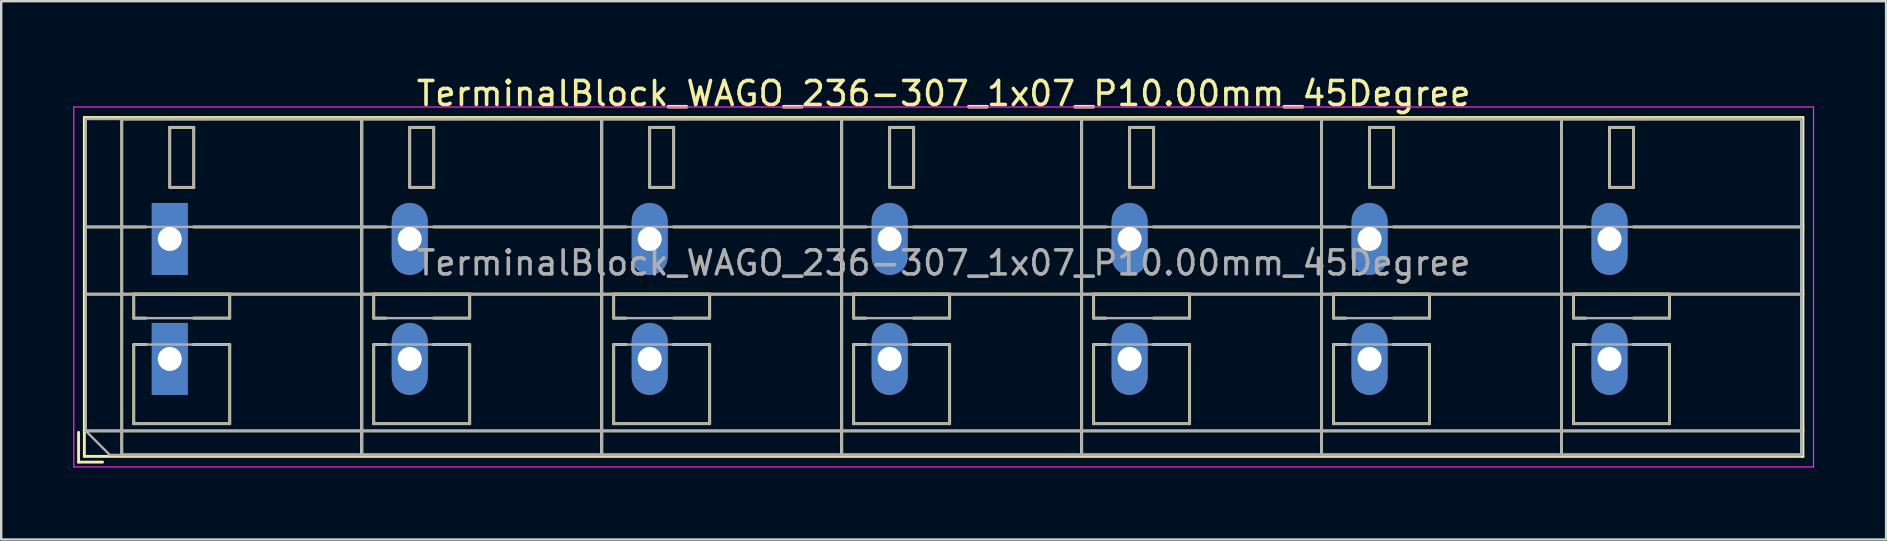
<source format=kicad_pcb>
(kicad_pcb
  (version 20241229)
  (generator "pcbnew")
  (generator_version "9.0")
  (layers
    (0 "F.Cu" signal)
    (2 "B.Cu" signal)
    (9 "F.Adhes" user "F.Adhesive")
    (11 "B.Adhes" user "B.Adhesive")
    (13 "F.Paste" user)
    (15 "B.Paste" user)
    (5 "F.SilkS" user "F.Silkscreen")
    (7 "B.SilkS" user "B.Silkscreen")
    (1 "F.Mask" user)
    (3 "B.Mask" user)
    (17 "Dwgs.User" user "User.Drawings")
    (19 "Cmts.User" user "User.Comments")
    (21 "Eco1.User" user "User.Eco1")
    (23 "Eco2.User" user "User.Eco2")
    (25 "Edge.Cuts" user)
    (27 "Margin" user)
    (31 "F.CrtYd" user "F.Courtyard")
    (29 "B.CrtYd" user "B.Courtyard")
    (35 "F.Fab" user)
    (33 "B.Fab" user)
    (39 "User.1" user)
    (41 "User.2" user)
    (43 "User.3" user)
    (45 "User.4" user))
  (footprint "TerminalBlock_WAGO_236-307_1x07_P10.00mm_45Degree"
    (layer "F.Cu")
    (at 4.025 11.908)
    (property "Reference" "TerminalBlock_WAGO_236-307_1x07_P10.00mm_45Degree" (at 32.25 -11.06 0) (layer "F.SilkS") (effects (font (size 1 1) (thickness 0.15))))
    (attr through_hole)
    (fp_line (start -3.8 3.06) (end -3.8 4.3) (stroke (width 0.12) (type solid)) (layer "F.SilkS"))
    (fp_line (start -3.8 4.3) (end -2.8 4.3) (stroke (width 0.12) (type solid)) (layer "F.SilkS"))
    (fp_line (start -3.56 -10.06) (end -3.56 4.06) (stroke (width 0.12) (type solid)) (layer "F.SilkS"))
    (fp_line (start -3.56 -10.06) (end 68.06 -10.06) (stroke (width 0.12) (type solid)) (layer "F.SilkS"))
    (fp_line (start -3.56 -5.5) (end -0.99 -5.5) (stroke (width 0.12) (type solid)) (layer "F.SilkS"))
    (fp_line (start -3.56 -2.7) (end 68.06 -2.7) (stroke (width 0.12) (type solid)) (layer "F.SilkS"))
    (fp_line (start -3.56 3) (end 68.06 3) (stroke (width 0.12) (type solid)) (layer "F.SilkS"))
    (fp_line (start -3.56 4.06) (end 68.06 4.06) (stroke (width 0.12) (type solid)) (layer "F.SilkS"))
    (fp_line (start -2 -10) (end -2 4) (stroke (width 0.12) (type solid)) (layer "F.SilkS"))
    (fp_line (start -2 -10) (end 8 -10) (stroke (width 0.12) (type solid)) (layer "F.SilkS"))
    (fp_line (start -2 4) (end 8 4) (stroke (width 0.12) (type solid)) (layer "F.SilkS"))
    (fp_line (start -1.5 -2.7) (end -1.5 -1.701) (stroke (width 0.12) (type solid)) (layer "F.SilkS"))
    (fp_line (start -1.5 -2.7) (end 2.5 -2.7) (stroke (width 0.12) (type solid)) (layer "F.SilkS"))
    (fp_line (start -1.5 -1.701) (end -0.99 -1.701) (stroke (width 0.12) (type solid)) (layer "F.SilkS"))
    (fp_line (start -1.5 -0.6) (end -1.5 2.7) (stroke (width 0.12) (type solid)) (layer "F.SilkS"))
    (fp_line (start -1.5 -0.6) (end -0.99 -0.6) (stroke (width 0.12) (type solid)) (layer "F.SilkS"))
    (fp_line (start -1.5 2.7) (end 2.5 2.7) (stroke (width 0.12) (type solid)) (layer "F.SilkS"))
    (fp_line (start 0 -9.65) (end 0 -7.15) (stroke (width 0.12) (type solid)) (layer "F.SilkS"))
    (fp_line (start 0 -9.65) (end 1 -9.65) (stroke (width 0.12) (type solid)) (layer "F.SilkS"))
    (fp_line (start 0 -7.15) (end 1 -7.15) (stroke (width 0.12) (type solid)) (layer "F.SilkS"))
    (fp_line (start 0.99 -5.5) (end 9.01 -5.5) (stroke (width 0.12) (type solid)) (layer "F.SilkS"))
    (fp_line (start 0.99 -1.701) (end 2.5 -1.701) (stroke (width 0.12) (type solid)) (layer "F.SilkS"))
    (fp_line (start 0.99 -0.6) (end 2.5 -0.6) (stroke (width 0.12) (type solid)) (layer "F.SilkS"))
    (fp_line (start 1 -9.65) (end 1 -7.15) (stroke (width 0.12) (type solid)) (layer "F.SilkS"))
    (fp_line (start 2.5 -2.7) (end 2.5 -1.701) (stroke (width 0.12) (type solid)) (layer "F.SilkS"))
    (fp_line (start 2.5 -0.6) (end 2.5 2.7) (stroke (width 0.12) (type solid)) (layer "F.SilkS"))
    (fp_line (start 8 -10) (end 8 4) (stroke (width 0.12) (type solid)) (layer "F.SilkS"))
    (fp_line (start 8 -10) (end 8 4) (stroke (width 0.12) (type solid)) (layer "F.SilkS"))
    (fp_line (start 8 -10) (end 18 -10) (stroke (width 0.12) (type solid)) (layer "F.SilkS"))
    (fp_line (start 8 4) (end 18 4) (stroke (width 0.12) (type solid)) (layer "F.SilkS"))
    (fp_line (start 8.5 -2.7) (end 8.5 -1.701) (stroke (width 0.12) (type solid)) (layer "F.SilkS"))
    (fp_line (start 8.5 -2.7) (end 12.5 -2.7) (stroke (width 0.12) (type solid)) (layer "F.SilkS"))
    (fp_line (start 8.5 -1.701) (end 9.01 -1.701) (stroke (width 0.12) (type solid)) (layer "F.SilkS"))
    (fp_line (start 8.5 -0.6) (end 8.5 2.7) (stroke (width 0.12) (type solid)) (layer "F.SilkS"))
    (fp_line (start 8.5 -0.6) (end 9.01 -0.6) (stroke (width 0.12) (type solid)) (layer "F.SilkS"))
    (fp_line (start 8.5 2.7) (end 12.5 2.7) (stroke (width 0.12) (type solid)) (layer "F.SilkS"))
    (fp_line (start 10 -9.65) (end 10 -7.15) (stroke (width 0.12) (type solid)) (layer "F.SilkS"))
    (fp_line (start 10 -9.65) (end 11 -9.65) (stroke (width 0.12) (type solid)) (layer "F.SilkS"))
    (fp_line (start 10 -7.15) (end 11 -7.15) (stroke (width 0.12) (type solid)) (layer "F.SilkS"))
    (fp_line (start 10.99 -5.5) (end 19.01 -5.5) (stroke (width 0.12) (type solid)) (layer "F.SilkS"))
    (fp_line (start 10.99 -1.701) (end 12.5 -1.701) (stroke (width 0.12) (type solid)) (layer "F.SilkS"))
    (fp_line (start 10.99 -0.6) (end 12.5 -0.6) (stroke (width 0.12) (type solid)) (layer "F.SilkS"))
    (fp_line (start 11 -9.65) (end 11 -7.15) (stroke (width 0.12) (type solid)) (layer "F.SilkS"))
    (fp_line (start 12.5 -2.7) (end 12.5 -1.701) (stroke (width 0.12) (type solid)) (layer "F.SilkS"))
    (fp_line (start 12.5 -0.6) (end 12.5 2.7) (stroke (width 0.12) (type solid)) (layer "F.SilkS"))
    (fp_line (start 18 -10) (end 18 4) (stroke (width 0.12) (type solid)) (layer "F.SilkS"))
    (fp_line (start 18 -10) (end 18 4) (stroke (width 0.12) (type solid)) (layer "F.SilkS"))
    (fp_line (start 18 -10) (end 28 -10) (stroke (width 0.12) (type solid)) (layer "F.SilkS"))
    (fp_line (start 18 4) (end 28 4) (stroke (width 0.12) (type solid)) (layer "F.SilkS"))
    (fp_line (start 18.5 -2.7) (end 18.5 -1.701) (stroke (width 0.12) (type solid)) (layer "F.SilkS"))
    (fp_line (start 18.5 -2.7) (end 22.5 -2.7) (stroke (width 0.12) (type solid)) (layer "F.SilkS"))
    (fp_line (start 18.5 -1.701) (end 19.01 -1.701) (stroke (width 0.12) (type solid)) (layer "F.SilkS"))
    (fp_line (start 18.5 -0.6) (end 18.5 2.7) (stroke (width 0.12) (type solid)) (layer "F.SilkS"))
    (fp_line (start 18.5 -0.6) (end 19.01 -0.6) (stroke (width 0.12) (type solid)) (layer "F.SilkS"))
    (fp_line (start 18.5 2.7) (end 22.5 2.7) (stroke (width 0.12) (type solid)) (layer "F.SilkS"))
    (fp_line (start 20 -9.65) (end 20 -7.15) (stroke (width 0.12) (type solid)) (layer "F.SilkS"))
    (fp_line (start 20 -9.65) (end 21 -9.65) (stroke (width 0.12) (type solid)) (layer "F.SilkS"))
    (fp_line (start 20 -7.15) (end 21 -7.15) (stroke (width 0.12) (type solid)) (layer "F.SilkS"))
    (fp_line (start 20.99 -5.5) (end 29.01 -5.5) (stroke (width 0.12) (type solid)) (layer "F.SilkS"))
    (fp_line (start 20.99 -1.701) (end 22.5 -1.701) (stroke (width 0.12) (type solid)) (layer "F.SilkS"))
    (fp_line (start 20.99 -0.6) (end 22.5 -0.6) (stroke (width 0.12) (type solid)) (layer "F.SilkS"))
    (fp_line (start 21 -9.65) (end 21 -7.15) (stroke (width 0.12) (type solid)) (layer "F.SilkS"))
    (fp_line (start 22.5 -2.7) (end 22.5 -1.701) (stroke (width 0.12) (type solid)) (layer "F.SilkS"))
    (fp_line (start 22.5 -0.6) (end 22.5 2.7) (stroke (width 0.12) (type solid)) (layer "F.SilkS"))
    (fp_line (start 28 -10) (end 28 4) (stroke (width 0.12) (type solid)) (layer "F.SilkS"))
    (fp_line (start 28 -10) (end 28 4) (stroke (width 0.12) (type solid)) (layer "F.SilkS"))
    (fp_line (start 28 -10) (end 38 -10) (stroke (width 0.12) (type solid)) (layer "F.SilkS"))
    (fp_line (start 28 4) (end 38 4) (stroke (width 0.12) (type solid)) (layer "F.SilkS"))
    (fp_line (start 28.5 -2.7) (end 28.5 -1.701) (stroke (width 0.12) (type solid)) (layer "F.SilkS"))
    (fp_line (start 28.5 -2.7) (end 32.5 -2.7) (stroke (width 0.12) (type solid)) (layer "F.SilkS"))
    (fp_line (start 28.5 -1.701) (end 29.01 -1.701) (stroke (width 0.12) (type solid)) (layer "F.SilkS"))
    (fp_line (start 28.5 -0.6) (end 28.5 2.7) (stroke (width 0.12) (type solid)) (layer "F.SilkS"))
    (fp_line (start 28.5 -0.6) (end 29.01 -0.6) (stroke (width 0.12) (type solid)) (layer "F.SilkS"))
    (fp_line (start 28.5 2.7) (end 32.5 2.7) (stroke (width 0.12) (type solid)) (layer "F.SilkS"))
    (fp_line (start 30 -9.65) (end 30 -7.15) (stroke (width 0.12) (type solid)) (layer "F.SilkS"))
    (fp_line (start 30 -9.65) (end 31 -9.65) (stroke (width 0.12) (type solid)) (layer "F.SilkS"))
    (fp_line (start 30 -7.15) (end 31 -7.15) (stroke (width 0.12) (type solid)) (layer "F.SilkS"))
    (fp_line (start 30.99 -5.5) (end 39.01 -5.5) (stroke (width 0.12) (type solid)) (layer "F.SilkS"))
    (fp_line (start 30.99 -1.701) (end 32.5 -1.701) (stroke (width 0.12) (type solid)) (layer "F.SilkS"))
    (fp_line (start 30.99 -0.6) (end 32.5 -0.6) (stroke (width 0.12) (type solid)) (layer "F.SilkS"))
    (fp_line (start 31 -9.65) (end 31 -7.15) (stroke (width 0.12) (type solid)) (layer "F.SilkS"))
    (fp_line (start 32.5 -2.7) (end 32.5 -1.701) (stroke (width 0.12) (type solid)) (layer "F.SilkS"))
    (fp_line (start 32.5 -0.6) (end 32.5 2.7) (stroke (width 0.12) (type solid)) (layer "F.SilkS"))
    (fp_line (start 38 -10) (end 38 4) (stroke (width 0.12) (type solid)) (layer "F.SilkS"))
    (fp_line (start 38 -10) (end 38 4) (stroke (width 0.12) (type solid)) (layer "F.SilkS"))
    (fp_line (start 38 -10) (end 48 -10) (stroke (width 0.12) (type solid)) (layer "F.SilkS"))
    (fp_line (start 38 4) (end 48 4) (stroke (width 0.12) (type solid)) (layer "F.SilkS"))
    (fp_line (start 38.5 -2.7) (end 38.5 -1.701) (stroke (width 0.12) (type solid)) (layer "F.SilkS"))
    (fp_line (start 38.5 -2.7) (end 42.5 -2.7) (stroke (width 0.12) (type solid)) (layer "F.SilkS"))
    (fp_line (start 38.5 -1.701) (end 39.01 -1.701) (stroke (width 0.12) (type solid)) (layer "F.SilkS"))
    (fp_line (start 38.5 -0.6) (end 38.5 2.7) (stroke (width 0.12) (type solid)) (layer "F.SilkS"))
    (fp_line (start 38.5 -0.6) (end 39.01 -0.6) (stroke (width 0.12) (type solid)) (layer "F.SilkS"))
    (fp_line (start 38.5 2.7) (end 42.5 2.7) (stroke (width 0.12) (type solid)) (layer "F.SilkS"))
    (fp_line (start 40 -9.65) (end 40 -7.15) (stroke (width 0.12) (type solid)) (layer "F.SilkS"))
    (fp_line (start 40 -9.65) (end 41 -9.65) (stroke (width 0.12) (type solid)) (layer "F.SilkS"))
    (fp_line (start 40 -7.15) (end 41 -7.15) (stroke (width 0.12) (type solid)) (layer "F.SilkS"))
    (fp_line (start 40.99 -5.5) (end 49.01 -5.5) (stroke (width 0.12) (type solid)) (layer "F.SilkS"))
    (fp_line (start 40.99 -1.701) (end 42.5 -1.701) (stroke (width 0.12) (type solid)) (layer "F.SilkS"))
    (fp_line (start 40.99 -0.6) (end 42.5 -0.6) (stroke (width 0.12) (type solid)) (layer "F.SilkS"))
    (fp_line (start 41 -9.65) (end 41 -7.15) (stroke (width 0.12) (type solid)) (layer "F.SilkS"))
    (fp_line (start 42.5 -2.7) (end 42.5 -1.701) (stroke (width 0.12) (type solid)) (layer "F.SilkS"))
    (fp_line (start 42.5 -0.6) (end 42.5 2.7) (stroke (width 0.12) (type solid)) (layer "F.SilkS"))
    (fp_line (start 48 -10) (end 48 4) (stroke (width 0.12) (type solid)) (layer "F.SilkS"))
    (fp_line (start 48 -10) (end 48 4) (stroke (width 0.12) (type solid)) (layer "F.SilkS"))
    (fp_line (start 48 -10) (end 58 -10) (stroke (width 0.12) (type solid)) (layer "F.SilkS"))
    (fp_line (start 48 4) (end 58 4) (stroke (width 0.12) (type solid)) (layer "F.SilkS"))
    (fp_line (start 48.5 -2.7) (end 48.5 -1.701) (stroke (width 0.12) (type solid)) (layer "F.SilkS"))
    (fp_line (start 48.5 -2.7) (end 52.5 -2.7) (stroke (width 0.12) (type solid)) (layer "F.SilkS"))
    (fp_line (start 48.5 -1.701) (end 49.01 -1.701) (stroke (width 0.12) (type solid)) (layer "F.SilkS"))
    (fp_line (start 48.5 -0.6) (end 48.5 2.7) (stroke (width 0.12) (type solid)) (layer "F.SilkS"))
    (fp_line (start 48.5 -0.6) (end 49.01 -0.6) (stroke (width 0.12) (type solid)) (layer "F.SilkS"))
    (fp_line (start 48.5 2.7) (end 52.5 2.7) (stroke (width 0.12) (type solid)) (layer "F.SilkS"))
    (fp_line (start 50 -9.65) (end 50 -7.15) (stroke (width 0.12) (type solid)) (layer "F.SilkS"))
    (fp_line (start 50 -9.65) (end 51 -9.65) (stroke (width 0.12) (type solid)) (layer "F.SilkS"))
    (fp_line (start 50 -7.15) (end 51 -7.15) (stroke (width 0.12) (type solid)) (layer "F.SilkS"))
    (fp_line (start 50.99 -5.5) (end 59.01 -5.5) (stroke (width 0.12) (type solid)) (layer "F.SilkS"))
    (fp_line (start 50.99 -1.701) (end 52.5 -1.701) (stroke (width 0.12) (type solid)) (layer "F.SilkS"))
    (fp_line (start 50.99 -0.6) (end 52.5 -0.6) (stroke (width 0.12) (type solid)) (layer "F.SilkS"))
    (fp_line (start 51 -9.65) (end 51 -7.15) (stroke (width 0.12) (type solid)) (layer "F.SilkS"))
    (fp_line (start 52.5 -2.7) (end 52.5 -1.701) (stroke (width 0.12) (type solid)) (layer "F.SilkS"))
    (fp_line (start 52.5 -0.6) (end 52.5 2.7) (stroke (width 0.12) (type solid)) (layer "F.SilkS"))
    (fp_line (start 58 -10) (end 58 4) (stroke (width 0.12) (type solid)) (layer "F.SilkS"))
    (fp_line (start 58 -10) (end 58 4) (stroke (width 0.12) (type solid)) (layer "F.SilkS"))
    (fp_line (start 58 -10) (end 68 -10) (stroke (width 0.12) (type solid)) (layer "F.SilkS"))
    (fp_line (start 58 4) (end 68 4) (stroke (width 0.12) (type solid)) (layer "F.SilkS"))
    (fp_line (start 58.5 -2.7) (end 58.5 -1.701) (stroke (width 0.12) (type solid)) (layer "F.SilkS"))
    (fp_line (start 58.5 -2.7) (end 62.5 -2.7) (stroke (width 0.12) (type solid)) (layer "F.SilkS"))
    (fp_line (start 58.5 -1.701) (end 59.01 -1.701) (stroke (width 0.12) (type solid)) (layer "F.SilkS"))
    (fp_line (start 58.5 -0.6) (end 58.5 2.7) (stroke (width 0.12) (type solid)) (layer "F.SilkS"))
    (fp_line (start 58.5 -0.6) (end 59.01 -0.6) (stroke (width 0.12) (type solid)) (layer "F.SilkS"))
    (fp_line (start 58.5 2.7) (end 62.5 2.7) (stroke (width 0.12) (type solid)) (layer "F.SilkS"))
    (fp_line (start 60 -9.65) (end 60 -7.15) (stroke (width 0.12) (type solid)) (layer "F.SilkS"))
    (fp_line (start 60 -9.65) (end 61 -9.65) (stroke (width 0.12) (type solid)) (layer "F.SilkS"))
    (fp_line (start 60 -7.15) (end 61 -7.15) (stroke (width 0.12) (type solid)) (layer "F.SilkS"))
    (fp_line (start 60.99 -5.5) (end 68.06 -5.5) (stroke (width 0.12) (type solid)) (layer "F.SilkS"))
    (fp_line (start 60.99 -1.701) (end 62.5 -1.701) (stroke (width 0.12) (type solid)) (layer "F.SilkS"))
    (fp_line (start 60.99 -0.6) (end 62.5 -0.6) (stroke (width 0.12) (type solid)) (layer "F.SilkS"))
    (fp_line (start 61 -9.65) (end 61 -7.15) (stroke (width 0.12) (type solid)) (layer "F.SilkS"))
    (fp_line (start 62.5 -2.7) (end 62.5 -1.701) (stroke (width 0.12) (type solid)) (layer "F.SilkS"))
    (fp_line (start 62.5 -0.6) (end 62.5 2.7) (stroke (width 0.12) (type solid)) (layer "F.SilkS"))
    (fp_line (start 68 -10) (end 68 4) (stroke (width 0.12) (type solid)) (layer "F.SilkS"))
    (fp_line (start 68.06 -10.06) (end 68.06 4.06) (stroke (width 0.12) (type solid)) (layer "F.SilkS"))
    (fp_line (start -4 -10.5) (end -4 4.5) (stroke (width 0.05) (type solid)) (layer "F.CrtYd"))
    (fp_line (start -4 4.5) (end 68.5 4.5) (stroke (width 0.05) (type solid)) (layer "F.CrtYd"))
    (fp_line (start 68.5 -10.5) (end -4 -10.5) (stroke (width 0.05) (type solid)) (layer "F.CrtYd"))
    (fp_line (start 68.5 4.5) (end 68.5 -10.5) (stroke (width 0.05) (type solid)) (layer "F.CrtYd"))
    (fp_line (start -3.5 -10) (end 68 -10) (stroke (width 0.1) (type solid)) (layer "F.Fab"))
    (fp_line (start -3.5 -5.5) (end 68 -5.5) (stroke (width 0.1) (type solid)) (layer "F.Fab"))
    (fp_line (start -3.5 -2.7) (end 68 -2.7) (stroke (width 0.1) (type solid)) (layer "F.Fab"))
    (fp_line (start -3.5 3) (end -3.5 -10) (stroke (width 0.1) (type solid)) (layer "F.Fab"))
    (fp_line (start -3.5 3) (end 68 3) (stroke (width 0.1) (type solid)) (layer "F.Fab"))
    (fp_line (start -2.5 4) (end -3.5 3) (stroke (width 0.1) (type solid)) (layer "F.Fab"))
    (fp_line (start -2 -10) (end -2 4) (stroke (width 0.1) (type solid)) (layer "F.Fab"))
    (fp_line (start -2 4) (end 8 4) (stroke (width 0.1) (type solid)) (layer "F.Fab"))
    (fp_line (start -1.5 -2.7) (end -1.5 -1.7) (stroke (width 0.1) (type solid)) (layer "F.Fab"))
    (fp_line (start -1.5 -1.7) (end 2.5 -1.7) (stroke (width 0.1) (type solid)) (layer "F.Fab"))
    (fp_line (start -1.5 -0.6) (end -1.5 2.7) (stroke (width 0.1) (type solid)) (layer "F.Fab"))
    (fp_line (start -1.5 2.7) (end 2.5 2.7) (stroke (width 0.1) (type solid)) (layer "F.Fab"))
    (fp_line (start 0 -9.65) (end 0 -7.15) (stroke (width 0.1) (type solid)) (layer "F.Fab"))
    (fp_line (start 0 -7.15) (end 1 -7.15) (stroke (width 0.1) (type solid)) (layer "F.Fab"))
    (fp_line (start 1 -9.65) (end 0 -9.65) (stroke (width 0.1) (type solid)) (layer "F.Fab"))
    (fp_line (start 1 -7.15) (end 1 -9.65) (stroke (width 0.1) (type solid)) (layer "F.Fab"))
    (fp_line (start 2.5 -2.7) (end -1.5 -2.7) (stroke (width 0.1) (type solid)) (layer "F.Fab"))
    (fp_line (start 2.5 -1.7) (end 2.5 -2.7) (stroke (width 0.1) (type solid)) (layer "F.Fab"))
    (fp_line (start 2.5 -0.6) (end -1.5 -0.6) (stroke (width 0.1) (type solid)) (layer "F.Fab"))
    (fp_line (start 2.5 2.7) (end 2.5 -0.6) (stroke (width 0.1) (type solid)) (layer "F.Fab"))
    (fp_line (start 8 -10) (end -2 -10) (stroke (width 0.1) (type solid)) (layer "F.Fab"))
    (fp_line (start 8 -10) (end 8 4) (stroke (width 0.1) (type solid)) (layer "F.Fab"))
    (fp_line (start 8 4) (end 8 -10) (stroke (width 0.1) (type solid)) (layer "F.Fab"))
    (fp_line (start 8 4) (end 18 4) (stroke (width 0.1) (type solid)) (layer "F.Fab"))
    (fp_line (start 8.5 -2.7) (end 8.5 -1.7) (stroke (width 0.1) (type solid)) (layer "F.Fab"))
    (fp_line (start 8.5 -1.7) (end 12.5 -1.7) (stroke (width 0.1) (type solid)) (layer "F.Fab"))
    (fp_line (start 8.5 -0.6) (end 8.5 2.7) (stroke (width 0.1) (type solid)) (layer "F.Fab"))
    (fp_line (start 8.5 2.7) (end 12.5 2.7) (stroke (width 0.1) (type solid)) (layer "F.Fab"))
    (fp_line (start 10 -9.65) (end 10 -7.15) (stroke (width 0.1) (type solid)) (layer "F.Fab"))
    (fp_line (start 10 -7.15) (end 11 -7.15) (stroke (width 0.1) (type solid)) (layer "F.Fab"))
    (fp_line (start 11 -9.65) (end 10 -9.65) (stroke (width 0.1) (type solid)) (layer "F.Fab"))
    (fp_line (start 11 -7.15) (end 11 -9.65) (stroke (width 0.1) (type solid)) (layer "F.Fab"))
    (fp_line (start 12.5 -2.7) (end 8.5 -2.7) (stroke (width 0.1) (type solid)) (layer "F.Fab"))
    (fp_line (start 12.5 -1.7) (end 12.5 -2.7) (stroke (width 0.1) (type solid)) (layer "F.Fab"))
    (fp_line (start 12.5 -0.6) (end 8.5 -0.6) (stroke (width 0.1) (type solid)) (layer "F.Fab"))
    (fp_line (start 12.5 2.7) (end 12.5 -0.6) (stroke (width 0.1) (type solid)) (layer "F.Fab"))
    (fp_line (start 18 -10) (end 8 -10) (stroke (width 0.1) (type solid)) (layer "F.Fab"))
    (fp_line (start 18 -10) (end 18 4) (stroke (width 0.1) (type solid)) (layer "F.Fab"))
    (fp_line (start 18 4) (end 18 -10) (stroke (width 0.1) (type solid)) (layer "F.Fab"))
    (fp_line (start 18 4) (end 28 4) (stroke (width 0.1) (type solid)) (layer "F.Fab"))
    (fp_line (start 18.5 -2.7) (end 18.5 -1.7) (stroke (width 0.1) (type solid)) (layer "F.Fab"))
    (fp_line (start 18.5 -1.7) (end 22.5 -1.7) (stroke (width 0.1) (type solid)) (layer "F.Fab"))
    (fp_line (start 18.5 -0.6) (end 18.5 2.7) (stroke (width 0.1) (type solid)) (layer "F.Fab"))
    (fp_line (start 18.5 2.7) (end 22.5 2.7) (stroke (width 0.1) (type solid)) (layer "F.Fab"))
    (fp_line (start 20 -9.65) (end 20 -7.15) (stroke (width 0.1) (type solid)) (layer "F.Fab"))
    (fp_line (start 20 -7.15) (end 21 -7.15) (stroke (width 0.1) (type solid)) (layer "F.Fab"))
    (fp_line (start 21 -9.65) (end 20 -9.65) (stroke (width 0.1) (type solid)) (layer "F.Fab"))
    (fp_line (start 21 -7.15) (end 21 -9.65) (stroke (width 0.1) (type solid)) (layer "F.Fab"))
    (fp_line (start 22.5 -2.7) (end 18.5 -2.7) (stroke (width 0.1) (type solid)) (layer "F.Fab"))
    (fp_line (start 22.5 -1.7) (end 22.5 -2.7) (stroke (width 0.1) (type solid)) (layer "F.Fab"))
    (fp_line (start 22.5 -0.6) (end 18.5 -0.6) (stroke (width 0.1) (type solid)) (layer "F.Fab"))
    (fp_line (start 22.5 2.7) (end 22.5 -0.6) (stroke (width 0.1) (type solid)) (layer "F.Fab"))
    (fp_line (start 28 -10) (end 18 -10) (stroke (width 0.1) (type solid)) (layer "F.Fab"))
    (fp_line (start 28 -10) (end 28 4) (stroke (width 0.1) (type solid)) (layer "F.Fab"))
    (fp_line (start 28 4) (end 28 -10) (stroke (width 0.1) (type solid)) (layer "F.Fab"))
    (fp_line (start 28 4) (end 38 4) (stroke (width 0.1) (type solid)) (layer "F.Fab"))
    (fp_line (start 28.5 -2.7) (end 28.5 -1.7) (stroke (width 0.1) (type solid)) (layer "F.Fab"))
    (fp_line (start 28.5 -1.7) (end 32.5 -1.7) (stroke (width 0.1) (type solid)) (layer "F.Fab"))
    (fp_line (start 28.5 -0.6) (end 28.5 2.7) (stroke (width 0.1) (type solid)) (layer "F.Fab"))
    (fp_line (start 28.5 2.7) (end 32.5 2.7) (stroke (width 0.1) (type solid)) (layer "F.Fab"))
    (fp_line (start 30 -9.65) (end 30 -7.15) (stroke (width 0.1) (type solid)) (layer "F.Fab"))
    (fp_line (start 30 -7.15) (end 31 -7.15) (stroke (width 0.1) (type solid)) (layer "F.Fab"))
    (fp_line (start 31 -9.65) (end 30 -9.65) (stroke (width 0.1) (type solid)) (layer "F.Fab"))
    (fp_line (start 31 -7.15) (end 31 -9.65) (stroke (width 0.1) (type solid)) (layer "F.Fab"))
    (fp_line (start 32.5 -2.7) (end 28.5 -2.7) (stroke (width 0.1) (type solid)) (layer "F.Fab"))
    (fp_line (start 32.5 -1.7) (end 32.5 -2.7) (stroke (width 0.1) (type solid)) (layer "F.Fab"))
    (fp_line (start 32.5 -0.6) (end 28.5 -0.6) (stroke (width 0.1) (type solid)) (layer "F.Fab"))
    (fp_line (start 32.5 2.7) (end 32.5 -0.6) (stroke (width 0.1) (type solid)) (layer "F.Fab"))
    (fp_line (start 38 -10) (end 28 -10) (stroke (width 0.1) (type solid)) (layer "F.Fab"))
    (fp_line (start 38 -10) (end 38 4) (stroke (width 0.1) (type solid)) (layer "F.Fab"))
    (fp_line (start 38 4) (end 38 -10) (stroke (width 0.1) (type solid)) (layer "F.Fab"))
    (fp_line (start 38 4) (end 48 4) (stroke (width 0.1) (type solid)) (layer "F.Fab"))
    (fp_line (start 38.5 -2.7) (end 38.5 -1.7) (stroke (width 0.1) (type solid)) (layer "F.Fab"))
    (fp_line (start 38.5 -1.7) (end 42.5 -1.7) (stroke (width 0.1) (type solid)) (layer "F.Fab"))
    (fp_line (start 38.5 -0.6) (end 38.5 2.7) (stroke (width 0.1) (type solid)) (layer "F.Fab"))
    (fp_line (start 38.5 2.7) (end 42.5 2.7) (stroke (width 0.1) (type solid)) (layer "F.Fab"))
    (fp_line (start 40 -9.65) (end 40 -7.15) (stroke (width 0.1) (type solid)) (layer "F.Fab"))
    (fp_line (start 40 -7.15) (end 41 -7.15) (stroke (width 0.1) (type solid)) (layer "F.Fab"))
    (fp_line (start 41 -9.65) (end 40 -9.65) (stroke (width 0.1) (type solid)) (layer "F.Fab"))
    (fp_line (start 41 -7.15) (end 41 -9.65) (stroke (width 0.1) (type solid)) (layer "F.Fab"))
    (fp_line (start 42.5 -2.7) (end 38.5 -2.7) (stroke (width 0.1) (type solid)) (layer "F.Fab"))
    (fp_line (start 42.5 -1.7) (end 42.5 -2.7) (stroke (width 0.1) (type solid)) (layer "F.Fab"))
    (fp_line (start 42.5 -0.6) (end 38.5 -0.6) (stroke (width 0.1) (type solid)) (layer "F.Fab"))
    (fp_line (start 42.5 2.7) (end 42.5 -0.6) (stroke (width 0.1) (type solid)) (layer "F.Fab"))
    (fp_line (start 48 -10) (end 38 -10) (stroke (width 0.1) (type solid)) (layer "F.Fab"))
    (fp_line (start 48 -10) (end 48 4) (stroke (width 0.1) (type solid)) (layer "F.Fab"))
    (fp_line (start 48 4) (end 48 -10) (stroke (width 0.1) (type solid)) (layer "F.Fab"))
    (fp_line (start 48 4) (end 58 4) (stroke (width 0.1) (type solid)) (layer "F.Fab"))
    (fp_line (start 48.5 -2.7) (end 48.5 -1.7) (stroke (width 0.1) (type solid)) (layer "F.Fab"))
    (fp_line (start 48.5 -1.7) (end 52.5 -1.7) (stroke (width 0.1) (type solid)) (layer "F.Fab"))
    (fp_line (start 48.5 -0.6) (end 48.5 2.7) (stroke (width 0.1) (type solid)) (layer "F.Fab"))
    (fp_line (start 48.5 2.7) (end 52.5 2.7) (stroke (width 0.1) (type solid)) (layer "F.Fab"))
    (fp_line (start 50 -9.65) (end 50 -7.15) (stroke (width 0.1) (type solid)) (layer "F.Fab"))
    (fp_line (start 50 -7.15) (end 51 -7.15) (stroke (width 0.1) (type solid)) (layer "F.Fab"))
    (fp_line (start 51 -9.65) (end 50 -9.65) (stroke (width 0.1) (type solid)) (layer "F.Fab"))
    (fp_line (start 51 -7.15) (end 51 -9.65) (stroke (width 0.1) (type solid)) (layer "F.Fab"))
    (fp_line (start 52.5 -2.7) (end 48.5 -2.7) (stroke (width 0.1) (type solid)) (layer "F.Fab"))
    (fp_line (start 52.5 -1.7) (end 52.5 -2.7) (stroke (width 0.1) (type solid)) (layer "F.Fab"))
    (fp_line (start 52.5 -0.6) (end 48.5 -0.6) (stroke (width 0.1) (type solid)) (layer "F.Fab"))
    (fp_line (start 52.5 2.7) (end 52.5 -0.6) (stroke (width 0.1) (type solid)) (layer "F.Fab"))
    (fp_line (start 58 -10) (end 48 -10) (stroke (width 0.1) (type solid)) (layer "F.Fab"))
    (fp_line (start 58 -10) (end 58 4) (stroke (width 0.1) (type solid)) (layer "F.Fab"))
    (fp_line (start 58 4) (end 58 -10) (stroke (width 0.1) (type solid)) (layer "F.Fab"))
    (fp_line (start 58 4) (end 68 4) (stroke (width 0.1) (type solid)) (layer "F.Fab"))
    (fp_line (start 58.5 -2.7) (end 58.5 -1.7) (stroke (width 0.1) (type solid)) (layer "F.Fab"))
    (fp_line (start 58.5 -1.7) (end 62.5 -1.7) (stroke (width 0.1) (type solid)) (layer "F.Fab"))
    (fp_line (start 58.5 -0.6) (end 58.5 2.7) (stroke (width 0.1) (type solid)) (layer "F.Fab"))
    (fp_line (start 58.5 2.7) (end 62.5 2.7) (stroke (width 0.1) (type solid)) (layer "F.Fab"))
    (fp_line (start 60 -9.65) (end 60 -7.15) (stroke (width 0.1) (type solid)) (layer "F.Fab"))
    (fp_line (start 60 -7.15) (end 61 -7.15) (stroke (width 0.1) (type solid)) (layer "F.Fab"))
    (fp_line (start 61 -9.65) (end 60 -9.65) (stroke (width 0.1) (type solid)) (layer "F.Fab"))
    (fp_line (start 61 -7.15) (end 61 -9.65) (stroke (width 0.1) (type solid)) (layer "F.Fab"))
    (fp_line (start 62.5 -2.7) (end 58.5 -2.7) (stroke (width 0.1) (type solid)) (layer "F.Fab"))
    (fp_line (start 62.5 -1.7) (end 62.5 -2.7) (stroke (width 0.1) (type solid)) (layer "F.Fab"))
    (fp_line (start 62.5 -0.6) (end 58.5 -0.6) (stroke (width 0.1) (type solid)) (layer "F.Fab"))
    (fp_line (start 62.5 2.7) (end 62.5 -0.6) (stroke (width 0.1) (type solid)) (layer "F.Fab"))
    (fp_line (start 68 -10) (end 58 -10) (stroke (width 0.1) (type solid)) (layer "F.Fab"))
    (fp_line (start 68 -10) (end 68 4) (stroke (width 0.1) (type solid)) (layer "F.Fab"))
    (fp_line (start 68 4) (end -2.5 4) (stroke (width 0.1) (type solid)) (layer "F.Fab"))
    (fp_line (start 68 4) (end 68 -10) (stroke (width 0.1) (type solid)) (layer "F.Fab"))
    (fp_text user "${REFERENCE}" (at 32.25 -4 0) (layer "F.Fab") (effects (font (size 1 1) (thickness 0.15))))
    (pad "1" thru_hole rect (at 0 -5) (size 1.5 3) (drill 1) (layers "*.Cu" "*.Mask"))
    (pad "1" thru_hole rect (at 0 0) (size 1.5 3) (drill 1) (layers "*.Cu" "*.Mask"))
    (pad "2" thru_hole oval (at 10 -5) (size 1.5 3) (drill 1) (layers "*.Cu" "*.Mask"))
    (pad "2" thru_hole oval (at 10 0) (size 1.5 3) (drill 1) (layers "*.Cu" "*.Mask"))
    (pad "3" thru_hole oval (at 20 -5) (size 1.5 3) (drill 1) (layers "*.Cu" "*.Mask"))
    (pad "3" thru_hole oval (at 20 0) (size 1.5 3) (drill 1) (layers "*.Cu" "*.Mask"))
    (pad "4" thru_hole oval (at 30 -5) (size 1.5 3) (drill 1) (layers "*.Cu" "*.Mask"))
    (pad "4" thru_hole oval (at 30 0) (size 1.5 3) (drill 1) (layers "*.Cu" "*.Mask"))
    (pad "5" thru_hole oval (at 40 -5) (size 1.5 3) (drill 1) (layers "*.Cu" "*.Mask"))
    (pad "5" thru_hole oval (at 40 0) (size 1.5 3) (drill 1) (layers "*.Cu" "*.Mask"))
    (pad "6" thru_hole oval (at 50 -5) (size 1.5 3) (drill 1) (layers "*.Cu" "*.Mask"))
    (pad "6" thru_hole oval (at 50 0) (size 1.5 3) (drill 1) (layers "*.Cu" "*.Mask"))
    (pad "7" thru_hole oval (at 60 -5) (size 1.5 3) (drill 1) (layers "*.Cu" "*.Mask"))
    (pad "7" thru_hole oval (at 60 0) (size 1.5 3) (drill 1) (layers "*.Cu" "*.Mask")))
  (gr_rect
    (start -3 -3)
    (end 75.55 19.433)
    (stroke (width 0.1) (type default))
    (fill no)
    (layer "Edge.Cuts")))
</source>
